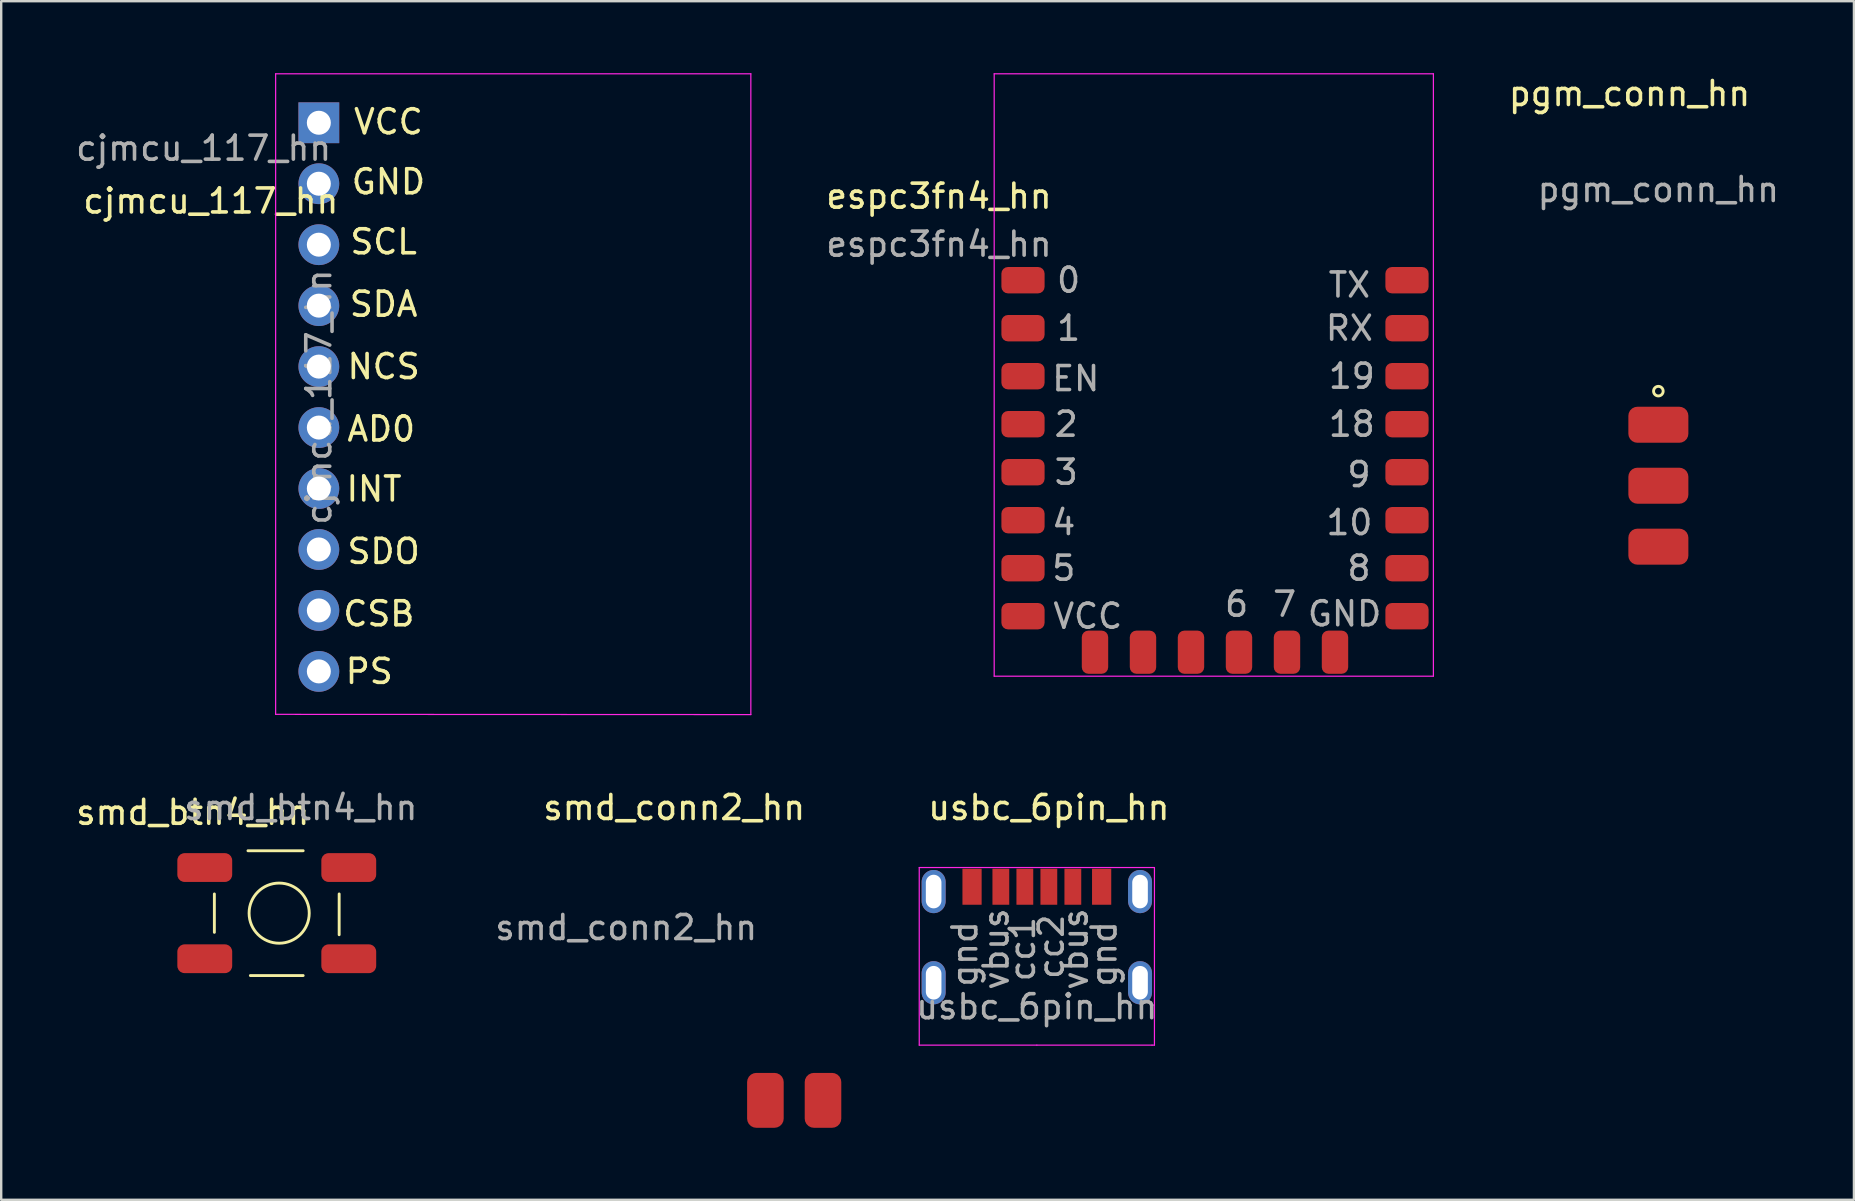
<source format=kicad_pcb>
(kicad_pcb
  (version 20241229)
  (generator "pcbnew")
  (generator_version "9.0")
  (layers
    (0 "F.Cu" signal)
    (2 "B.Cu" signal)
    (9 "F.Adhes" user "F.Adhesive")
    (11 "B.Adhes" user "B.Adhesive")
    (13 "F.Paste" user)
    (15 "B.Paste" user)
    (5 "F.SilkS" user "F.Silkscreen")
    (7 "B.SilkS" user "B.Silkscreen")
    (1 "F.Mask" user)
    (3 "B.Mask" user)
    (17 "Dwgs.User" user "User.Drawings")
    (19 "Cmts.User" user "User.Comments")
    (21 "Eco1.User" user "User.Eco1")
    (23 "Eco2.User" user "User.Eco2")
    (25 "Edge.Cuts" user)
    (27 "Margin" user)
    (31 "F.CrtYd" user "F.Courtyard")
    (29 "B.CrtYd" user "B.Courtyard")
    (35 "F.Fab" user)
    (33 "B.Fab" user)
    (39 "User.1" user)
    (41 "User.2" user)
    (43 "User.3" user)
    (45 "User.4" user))
  (footprint "smd_conn2_hn"
    (layer "F.Cu")
    (at 30.042 42.698)
    (property "Reference" "smd_conn2_hn" (at -5 -12.1 0) (unlocked yes) (layer "F.SilkS") (effects (font (size 1 1) (thickness 0.15))))
    (attr smd)
    (fp_text user "${REFERENCE}" (at -7 -7.1 0) (unlocked yes) (layer "F.Fab") (effects (font (size 1 1) (thickness 0.15))))
    (pad "1" smd roundrect (at -1.2 0.1 90) (size 2.286 1.524) (layers "F.Cu" "F.Mask" "F.Paste") (roundrect_rratio 0.25))
    (pad "2" smd roundrect (at 1.2 0.1 90) (size 2.286 1.524) (layers "F.Cu" "F.Mask" "F.Paste") (roundrect_rratio 0.25)))
  (footprint "pgm_conn_hn"
    (layer "F.Cu")
    (at 66.049 14.648)
    (property "Reference" "pgm_conn_hn" (at -1.2 -13.8 0) (unlocked yes) (layer "F.SilkS") (effects (font (size 1 1) (thickness 0.15))))
    (attr smd)
    (fp_circle (center 0 -1.4) (end 0 -1.2) (stroke (width 0.12) (type default)) (fill no) (layer "F.SilkS"))
    (fp_text user "${REFERENCE}" (at 0 -9.8 0) (unlocked yes) (layer "F.Fab") (effects (font (size 1 1) (thickness 0.15))))
    (pad "1" smd roundrect (at 0 0) (size 2.5 1.5) (layers "F.Cu" "F.Mask" "F.Paste") (roundrect_rratio 0.25))
    (pad "2" smd roundrect (at 0 2.54) (size 2.5 1.5) (layers "F.Cu" "F.Mask" "F.Paste") (roundrect_rratio 0.25))
    (pad "3" smd roundrect (at 0 5.08) (size 2.5 1.5) (layers "F.Cu" "F.Mask" "F.Paste") (roundrect_rratio 0.25)))
  (footprint "cjmcu_117_hn"
    (layer "F.Cu")
    (at 10.235 12.225)
    (property "Reference" "cjmcu_117_hn" (at -4.5 -6.9 0) (unlocked yes) (layer "F.SilkS") (effects (font (size 1 1) (thickness 0.15))))
    (attr through_hole)
    (fp_line (start -1.8 -12.2) (end -1.8 14.49) (stroke (width 0.05) (type solid)) (layer "F.CrtYd"))
    (fp_line (start -1.8 14.49) (end 18 14.5) (stroke (width 0.05) (type solid)) (layer "F.CrtYd"))
    (fp_line (start 18 -12.2) (end -1.8 -12.2) (stroke (width 0.05) (type solid)) (layer "F.CrtYd"))
    (fp_line (start 18 14.5) (end 18 -12.2) (stroke (width 0.05) (type solid)) (layer "F.CrtYd"))
    (fp_text user "PS" (at 2.1 12.7 0) (unlocked yes) (layer "F.SilkS") (effects (font (size 1 1) (thickness 0.15))))
    (fp_text user "SDO" (at 2.7 7.7 0) (unlocked yes) (layer "F.SilkS") (effects (font (size 1 1) (thickness 0.15))))
    (fp_text user "SDA" (at 2.7 -2.6 0) (unlocked yes) (layer "F.SilkS") (effects (font (size 1 1) (thickness 0.15))))
    (fp_text user "GND" (at 2.9 -7.7 0) (unlocked yes) (layer "F.SilkS") (effects (font (size 1 1) (thickness 0.15))))
    (fp_text user "AD0" (at 2.6 2.6 0) (unlocked yes) (layer "F.SilkS") (effects (font (size 1 1) (thickness 0.15))))
    (fp_text user "CSB" (at 2.5 10.3 0) (unlocked yes) (layer "F.SilkS") (effects (font (size 1 1) (thickness 0.15))))
    (fp_text user "INT" (at 2.3 5.1 0) (unlocked yes) (layer "F.SilkS") (effects (font (size 1 1) (thickness 0.15))))
    (fp_text user "VCC" (at 2.9 -10.2 0) (unlocked yes) (layer "F.SilkS") (effects (font (size 1 1) (thickness 0.15))))
    (fp_text user "SCL" (at 2.7 -5.2 0) (unlocked yes) (layer "F.SilkS") (effects (font (size 1 1) (thickness 0.15))))
    (fp_text user "NCS" (at 2.7 0 0) (unlocked yes) (layer "F.SilkS") (effects (font (size 1 1) (thickness 0.15))))
    (fp_text user "${REFERENCE}" (at -4.8 -9.1 0) (unlocked yes) (layer "F.Fab") (effects (font (size 1 1) (thickness 0.15))))
    (fp_text user "${REFERENCE}" (at 0 1.27 90) (layer "F.Fab") (effects (font (size 1 1) (thickness 0.15))))
    (pad "1" thru_hole rect (at 0 -10.16) (size 1.7 1.7) (drill 1) (layers "*.Cu" "*.Mask"))
    (pad "2" thru_hole oval (at 0 -7.62) (size 1.7 1.7) (drill 1) (layers "*.Cu" "*.Mask"))
    (pad "3" thru_hole oval (at 0 -5.08) (size 1.7 1.7) (drill 1) (layers "*.Cu" "*.Mask"))
    (pad "4" thru_hole oval (at 0 -2.54) (size 1.7 1.7) (drill 1) (layers "*.Cu" "*.Mask"))
    (pad "5" thru_hole oval (at 0 0) (size 1.7 1.7) (drill 1) (layers "*.Cu" "*.Mask"))
    (pad "6" thru_hole oval (at 0 2.54) (size 1.7 1.7) (drill 1) (layers "*.Cu" "*.Mask"))
    (pad "7" thru_hole oval (at 0 5.08) (size 1.7 1.7) (drill 1) (layers "*.Cu" "*.Mask"))
    (pad "8" thru_hole oval (at 0 7.62) (size 1.7 1.7) (drill 1) (layers "*.Cu" "*.Mask"))
    (pad "9" thru_hole oval (at 0 10.16) (size 1.7 1.7) (drill 1) (layers "*.Cu" "*.Mask"))
    (pad "10" thru_hole oval (at 0 12.7) (size 1.7 1.7) (drill 1) (layers "*.Cu" "*.Mask")))
  (footprint "espc3fn4_hn"
    (layer "F.Cu")
    (at 39.575 8.625)
    (property "Reference" "espc3fn4_hn" (at -3.5 -3.5 0) (unlocked yes) (layer "F.SilkS") (effects (font (size 1 1) (thickness 0.15))))
    (attr smd)
    (fp_line (start -1.2 -8.6) (end -1.2 16.5) (stroke (width 0.05) (type solid)) (layer "F.CrtYd"))
    (fp_line (start -1.2 16.5) (end 17.1 16.5) (stroke (width 0.05) (type solid)) (layer "F.CrtYd"))
    (fp_line (start 17.1 -8.6) (end -1.2 -8.6) (stroke (width 0.05) (type solid)) (layer "F.CrtYd"))
    (fp_line (start 17.1 16.5) (end 17.1 -8.6) (stroke (width 0.05) (type solid)) (layer "F.CrtYd"))
    (fp_line (start 0 -8.5) (end 16 -8.5) (stroke (width 0.12) (type default)) (layer "User.1"))
    (fp_line (start 0 -1) (end 0 -8.5) (stroke (width 0.12) (type default)) (layer "User.1"))
    (fp_line (start 0 -1) (end 0 11) (stroke (width 0.12) (type default)) (layer "User.1"))
    (fp_line (start 0 15.5) (end 0 11) (stroke (width 0.12) (type default)) (layer "User.1"))
    (fp_line (start 0 15.5) (end 16 15.5) (stroke (width 0.12) (type default)) (layer "User.1"))
    (fp_line (start 16 -8.5) (end 16 -1) (stroke (width 0.12) (type default)) (layer "User.1"))
    (fp_line (start 16 15.5) (end 16 -1) (stroke (width 0.12) (type default)) (layer "User.1"))
    (fp_text user "RX" (at 13.6 2 0) (unlocked yes) (layer "F.Fab") (effects (font (size 1 1) (thickness 0.15))))
    (fp_text user "4" (at 1.7 10.1 0) (unlocked yes) (layer "F.Fab") (effects (font (size 1 1) (thickness 0.15))))
    (fp_text user "VCC" (at 2.7 14 0) (unlocked yes) (layer "F.Fab") (effects (font (size 1 1) (thickness 0.15))))
    (fp_text user "TX" (at 13.6 0.2 0) (unlocked yes) (layer "F.Fab") (effects (font (size 1 1) (thickness 0.15))))
    (fp_text user "8" (at 14 12 0) (unlocked yes) (layer "F.Fab") (effects (font (size 1 1) (thickness 0.15))))
    (fp_text user "GND" (at 13.4 13.9 0) (unlocked yes) (layer "F.Fab") (effects (font (size 1 1) (thickness 0.15))))
    (fp_text user "3" (at 1.8 8 0) (unlocked yes) (layer "F.Fab") (effects (font (size 1 1) (thickness 0.15))))
    (fp_text user "10" (at 13.6 10.1 0) (unlocked yes) (layer "F.Fab") (effects (font (size 1 1) (thickness 0.15))))
    (fp_text user "1" (at 1.9 2 0) (unlocked yes) (layer "F.Fab") (effects (font (size 1 1) (thickness 0.15))))
    (fp_text user "18" (at 13.7 6 0) (unlocked yes) (layer "F.Fab") (effects (font (size 1 1) (thickness 0.15))))
    (fp_text user "6" (at 8.9 13.5 0) (unlocked yes) (layer "F.Fab") (effects (font (size 1 1) (thickness 0.15))))
    (fp_text user "5" (at 1.7 12 0) (unlocked yes) (layer "F.Fab") (effects (font (size 1 1) (thickness 0.15))))
    (fp_text user "${REFERENCE}" (at -3.5 -1.5 0) (unlocked yes) (layer "F.Fab") (effects (font (size 1 1) (thickness 0.15))))
    (fp_text user "9" (at 14 8.1 0) (unlocked yes) (layer "F.Fab") (effects (font (size 1 1) (thickness 0.15))))
    (fp_text user "2" (at 1.8 6 0) (unlocked yes) (layer "F.Fab") (effects (font (size 1 1) (thickness 0.15))))
    (fp_text user "19" (at 13.7 4 0) (unlocked yes) (layer "F.Fab") (effects (font (size 1 1) (thickness 0.15))))
    (fp_text user "7" (at 10.9 13.5 0) (unlocked yes) (layer "F.Fab") (effects (font (size 1 1) (thickness 0.15))))
    (fp_text user "EN" (at 2.2 4.1 0) (unlocked yes) (layer "F.Fab") (effects (font (size 1 1) (thickness 0.15))))
    (fp_text user "0" (at 1.9 0 0) (unlocked yes) (layer "F.Fab") (effects (font (size 1 1) (thickness 0.15))))
    (pad "1" smd roundrect (at 0 0) (size 1.8 1.1) (layers "F.Cu" "F.Mask" "F.Paste") (roundrect_rratio 0.25))
    (pad "2" smd roundrect (at 0 2) (size 1.8 1.1) (layers "F.Cu" "F.Mask" "F.Paste") (roundrect_rratio 0.25))
    (pad "3" smd roundrect (at 0 4) (size 1.8 1.1) (layers "F.Cu" "F.Mask" "F.Paste") (roundrect_rratio 0.25))
    (pad "4" smd roundrect (at 0 6) (size 1.8 1.1) (layers "F.Cu" "F.Mask" "F.Paste") (roundrect_rratio 0.25))
    (pad "5" smd roundrect (at 0 8) (size 1.8 1.1) (layers "F.Cu" "F.Mask" "F.Paste") (roundrect_rratio 0.25))
    (pad "6" smd roundrect (at 0 10) (size 1.8 1.1) (layers "F.Cu" "F.Mask" "F.Paste") (roundrect_rratio 0.25))
    (pad "7" smd roundrect (at 0 12) (size 1.8 1.1) (layers "F.Cu" "F.Mask" "F.Paste") (roundrect_rratio 0.25))
    (pad "8" smd roundrect (at 0 14) (size 1.8 1.1) (layers "F.Cu" "F.Mask" "F.Paste") (roundrect_rratio 0.25))
    (pad "9" smd roundrect (at 3 15.5 270) (size 1.8 1.1) (layers "F.Cu" "F.Mask" "F.Paste") (roundrect_rratio 0.25))
    (pad "10" smd roundrect (at 5 15.5 270) (size 1.8 1.1) (layers "F.Cu" "F.Mask" "F.Paste") (roundrect_rratio 0.25))
    (pad "11" smd roundrect (at 7 15.5 270) (size 1.8 1.1) (layers "F.Cu" "F.Mask" "F.Paste") (roundrect_rratio 0.25))
    (pad "12" smd roundrect (at 9 15.5 270) (size 1.8 1.1) (layers "F.Cu" "F.Mask" "F.Paste") (roundrect_rratio 0.25))
    (pad "13" smd roundrect (at 11 15.5 270) (size 1.8 1.1) (layers "F.Cu" "F.Mask" "F.Paste") (roundrect_rratio 0.25))
    (pad "14" smd roundrect (at 13 15.5 270) (size 1.8 1.1) (layers "F.Cu" "F.Mask" "F.Paste") (roundrect_rratio 0.25))
    (pad "15" smd roundrect (at 16 14) (size 1.8 1.1) (layers "F.Cu" "F.Mask" "F.Paste") (roundrect_rratio 0.25))
    (pad "16" smd roundrect (at 16 12) (size 1.8 1.1) (layers "F.Cu" "F.Mask" "F.Paste") (roundrect_rratio 0.25))
    (pad "17" smd roundrect (at 16 10) (size 1.8 1.1) (layers "F.Cu" "F.Mask" "F.Paste") (roundrect_rratio 0.25))
    (pad "18" smd roundrect (at 16 8) (size 1.8 1.1) (layers "F.Cu" "F.Mask" "F.Paste") (roundrect_rratio 0.25))
    (pad "19" smd roundrect (at 16 6) (size 1.8 1.1) (layers "F.Cu" "F.Mask" "F.Paste") (roundrect_rratio 0.25))
    (pad "20" smd roundrect (at 16 4) (size 1.8 1.1) (layers "F.Cu" "F.Mask" "F.Paste") (roundrect_rratio 0.25))
    (pad "21" smd roundrect (at 16 2) (size 1.8 1.1) (layers "F.Cu" "F.Mask" "F.Paste") (roundrect_rratio 0.25))
    (pad "22" smd roundrect (at 16 0) (size 1.8 1.1) (layers "F.Cu" "F.Mask" "F.Paste") (roundrect_rratio 0.25)))
  (footprint "usbc_6pin_hn"
    (layer "F.Cu")
    (at 40.152 34.098)
    (property "Reference" "usbc_6pin_hn" (at 0.5 -3.5 0) (unlocked yes) (layer "F.SilkS") (effects (font (size 1 1) (thickness 0.15))))
    (attr through_hole)
    (fp_line (start -4.9 -1) (end -4.9 6.4) (stroke (width 0.05) (type default)) (layer "F.CrtYd"))
    (fp_line (start -4.9 6.4) (end 0 6.4) (stroke (width 0.05) (type default)) (layer "F.CrtYd"))
    (fp_line (start 0 6.4) (end 4.8 6.4) (stroke (width 0.05) (type default)) (layer "F.CrtYd"))
    (fp_line (start 4.8 6.4) (end 4.9 6.4) (stroke (width 0.05) (type default)) (layer "F.CrtYd"))
    (fp_line (start 4.9 -1) (end -4.9 -1) (stroke (width 0.05) (type default)) (layer "F.CrtYd"))
    (fp_line (start 4.9 6.4) (end 4.9 -1) (stroke (width 0.05) (type default)) (layer "F.CrtYd"))
    (fp_text user "${REFERENCE}" (at 0 4.8 0) (unlocked yes) (layer "F.Fab") (effects (font (size 1 1) (thickness 0.15))))
    (fp_text user "cc1" (at -0.6 2.4 90) (unlocked yes) (layer "F.Fab") (effects (font (size 1 1) (thickness 0.15))))
    (fp_text user "vbus" (at 1.6 2.4 90) (unlocked yes) (layer "F.Fab") (effects (font (size 1 1) (thickness 0.15))))
    (fp_text user "cc2" (at 0.6 2.3 90) (unlocked yes) (layer "F.Fab") (effects (font (size 1 1) (thickness 0.15))))
    (fp_text user "gnd" (at 2.8 2.6 90) (unlocked yes) (layer "F.Fab") (effects (font (size 1 1) (thickness 0.15))))
    (fp_text user "vbus" (at -1.7 2.4 90) (unlocked yes) (layer "F.Fab") (effects (font (size 1 1) (thickness 0.15))))
    (fp_text user "gnd" (at -3 2.6 90) (unlocked yes) (layer "F.Fab") (effects (font (size 1 1) (thickness 0.15))))
    (pad "1" smd rect (at -2.7 -0.2) (size 0.8 1.5) (layers "F.Cu" "F.Mask" "F.Paste"))
    (pad "2" smd rect (at -1.5 -0.2) (size 0.7 1.5) (layers "F.Cu" "F.Mask" "F.Paste"))
    (pad "3" smd rect (at -0.5 -0.2) (size 0.7 1.5) (layers "F.Cu" "F.Mask" "F.Paste"))
    (pad "4" smd rect (at 0.5 -0.2) (size 0.7 1.5) (layers "F.Cu" "F.Mask" "F.Paste"))
    (pad "5" smd rect (at 1.5 -0.2) (size 0.7 1.5) (layers "F.Cu" "F.Mask" "F.Paste"))
    (pad "6" smd rect (at 2.7 -0.2) (size 0.8 1.5) (layers "F.Cu" "F.Mask" "F.Paste"))
    (pad "7" thru_hole oval (at -4.3 0) (size 1 1.8) (drill oval 0.65 1.4) (layers "*.Cu" "*.Mask"))
    (pad "8" thru_hole oval (at 4.3 0) (size 1 1.8) (drill oval 0.65 1.4) (layers "*.Cu" "*.Mask"))
    (pad "9" thru_hole oval (at -4.3 3.8) (size 1 1.8) (drill oval 0.65 1.4) (layers "*.Cu" "*.Mask"))
    (pad "10" thru_hole oval (at 4.3 3.8) (size 1 1.8) (drill oval 0.65 1.4) (layers "*.Cu" "*.Mask")))
  (footprint "smd_btn4_hn"
    (layer "F.Cu")
    (at 8.582 34.998)
    (property "Reference" "smd_btn4_hn" (at -3.6 -4.2 0) (unlocked yes) (layer "F.SilkS") (effects (font (size 1 1) (thickness 0.15))))
    (attr smd)
    (fp_line (start -2.7 0.8) (end -2.7 -0.8) (stroke (width 0.12) (type default)) (layer "F.SilkS"))
    (fp_line (start -1.3 -2.6) (end 1 -2.6) (stroke (width 0.12) (type default)) (layer "F.SilkS"))
    (fp_line (start -1.2 2.6) (end 1 2.6) (stroke (width 0.12) (type default)) (layer "F.SilkS"))
    (fp_line (start 2.5 0.9) (end 2.5 -0.8) (stroke (width 0.12) (type default)) (layer "F.SilkS"))
    (fp_circle (center 0 0) (end -0.6 -1.1) (stroke (width 0.12) (type default)) (fill no) (layer "F.SilkS"))
    (fp_text user "${REFERENCE}" (at 0.9 -4.4 0) (unlocked yes) (layer "F.Fab") (effects (font (size 1 1) (thickness 0.15))))
    (pad "1" smd roundrect (at -3.1 -1.9) (size 2.286 1.2) (layers "F.Cu" "F.Mask" "F.Paste") (roundrect_rratio 0.25))
    (pad "2" smd roundrect (at 2.9 -1.9) (size 2.286 1.2) (layers "F.Cu" "F.Mask" "F.Paste") (roundrect_rratio 0.25))
    (pad "3" smd roundrect (at -3.1 1.9) (size 2.286 1.2) (layers "F.Cu" "F.Mask" "F.Paste") (roundrect_rratio 0.25))
    (pad "4" smd roundrect (at 2.9 1.9) (size 2.286 1.2) (layers "F.Cu" "F.Mask" "F.Paste") (roundrect_rratio 0.25)))
  (gr_rect
    (start -3 -3)
    (end 74.198 46.941)
    (stroke (width 0.1) (type default))
    (fill no)
    (layer "Edge.Cuts")))
</source>
